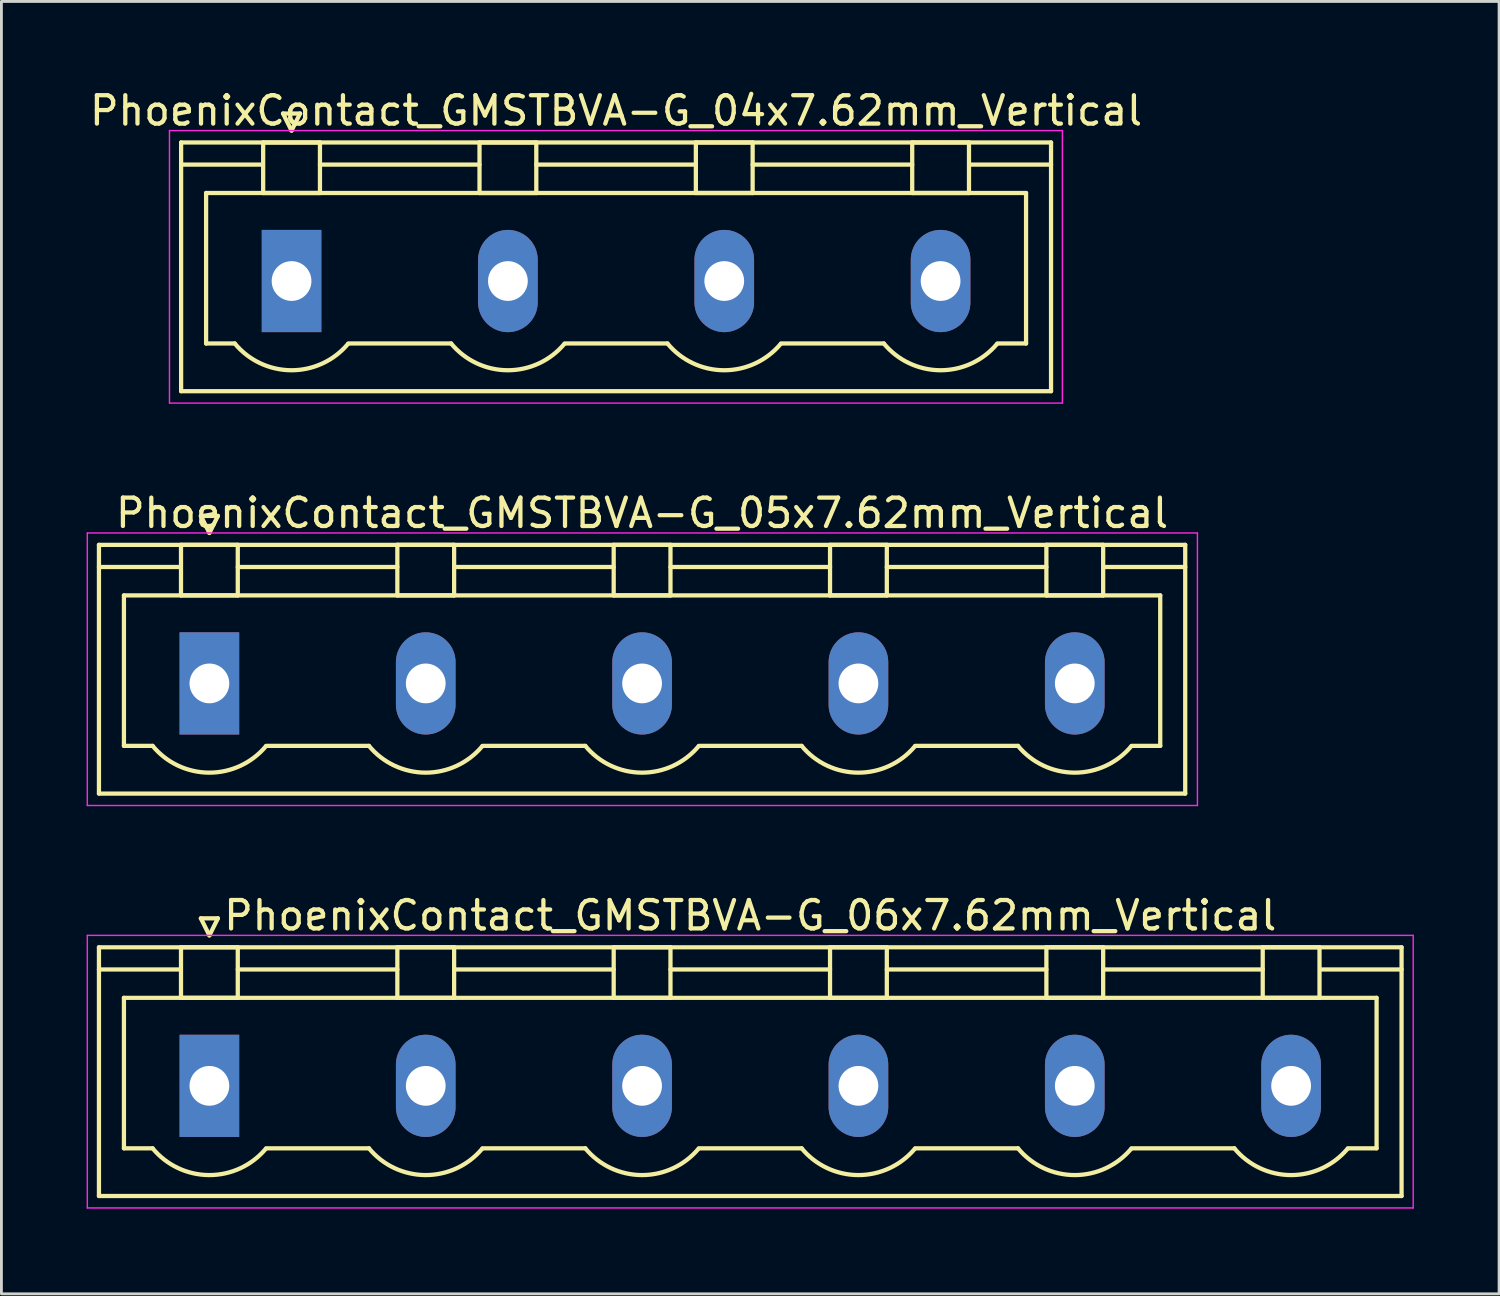
<source format=kicad_pcb>
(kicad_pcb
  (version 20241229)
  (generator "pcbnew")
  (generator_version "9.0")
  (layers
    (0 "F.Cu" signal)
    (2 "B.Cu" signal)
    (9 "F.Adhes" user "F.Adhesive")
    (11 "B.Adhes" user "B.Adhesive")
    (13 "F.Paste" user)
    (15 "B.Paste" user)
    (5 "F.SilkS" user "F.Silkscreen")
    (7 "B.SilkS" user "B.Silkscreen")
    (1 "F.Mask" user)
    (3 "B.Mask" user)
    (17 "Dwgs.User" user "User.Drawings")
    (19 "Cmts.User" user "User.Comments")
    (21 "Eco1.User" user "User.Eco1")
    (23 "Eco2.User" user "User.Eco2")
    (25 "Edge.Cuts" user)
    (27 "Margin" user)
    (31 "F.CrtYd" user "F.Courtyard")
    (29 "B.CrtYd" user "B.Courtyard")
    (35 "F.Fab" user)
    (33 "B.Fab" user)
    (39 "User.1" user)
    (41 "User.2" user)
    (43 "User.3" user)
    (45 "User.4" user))
  (footprint "PhoenixContact_GMSTBVA-G_04x7.62mm_Vertical"
    (layer "F.Cu")
    (at 7.219 6.848)
    (property "Reference" "PhoenixContact_GMSTBVA-G_04x7.62mm_Vertical" (at 11.43 -6 0) (layer "F.SilkS") (effects (font (size 1 1) (thickness 0.15))))
    (attr through_hole)
    (fp_line (start -3.89 -4.88) (end -3.89 3.88) (stroke (width 0.15) (type solid)) (layer "F.SilkS"))
    (fp_line (start -3.89 -4.1) (end -1.08 -4.1) (stroke (width 0.15) (type solid)) (layer "F.SilkS"))
    (fp_line (start -3.89 3.88) (end 26.75 3.88) (stroke (width 0.15) (type solid)) (layer "F.SilkS"))
    (fp_line (start -3.01 -3.1) (end 25.87 -3.1) (stroke (width 0.15) (type solid)) (layer "F.SilkS"))
    (fp_line (start -3.01 2.2) (end -3.01 -3.1) (stroke (width 0.15) (type solid)) (layer "F.SilkS"))
    (fp_line (start -2 2.2) (end -3.01 2.2) (stroke (width 0.15) (type solid)) (layer "F.SilkS"))
    (fp_line (start -1 -4.88) (end 1 -4.88) (stroke (width 0.15) (type solid)) (layer "F.SilkS"))
    (fp_line (start -1 -3.1) (end -1 -4.88) (stroke (width 0.15) (type solid)) (layer "F.SilkS"))
    (fp_line (start -0.3 -5.9) (end 0 -5.3) (stroke (width 0.15) (type solid)) (layer "F.SilkS"))
    (fp_line (start 0 -5.3) (end 0.3 -5.9) (stroke (width 0.15) (type solid)) (layer "F.SilkS"))
    (fp_line (start 0.3 -5.9) (end -0.3 -5.9) (stroke (width 0.15) (type solid)) (layer "F.SilkS"))
    (fp_line (start 1 -4.88) (end 1 -3.1) (stroke (width 0.15) (type solid)) (layer "F.SilkS"))
    (fp_line (start 1 -4.1) (end 6.62 -4.1) (stroke (width 0.15) (type solid)) (layer "F.SilkS"))
    (fp_line (start 1 -3.1) (end -1 -3.1) (stroke (width 0.15) (type solid)) (layer "F.SilkS"))
    (fp_line (start 2 2.2) (end 5.62 2.2) (stroke (width 0.15) (type solid)) (layer "F.SilkS"))
    (fp_line (start 6.62 -4.88) (end 8.62 -4.88) (stroke (width 0.15) (type solid)) (layer "F.SilkS"))
    (fp_line (start 6.62 -3.1) (end 6.62 -4.88) (stroke (width 0.15) (type solid)) (layer "F.SilkS"))
    (fp_line (start 8.62 -4.88) (end 8.62 -3.1) (stroke (width 0.15) (type solid)) (layer "F.SilkS"))
    (fp_line (start 8.62 -4.1) (end 14.24 -4.1) (stroke (width 0.15) (type solid)) (layer "F.SilkS"))
    (fp_line (start 8.62 -3.1) (end 6.62 -3.1) (stroke (width 0.15) (type solid)) (layer "F.SilkS"))
    (fp_line (start 9.62 2.2) (end 13.24 2.2) (stroke (width 0.15) (type solid)) (layer "F.SilkS"))
    (fp_line (start 14.24 -4.88) (end 16.24 -4.88) (stroke (width 0.15) (type solid)) (layer "F.SilkS"))
    (fp_line (start 14.24 -3.1) (end 14.24 -4.88) (stroke (width 0.15) (type solid)) (layer "F.SilkS"))
    (fp_line (start 16.24 -4.88) (end 16.24 -3.1) (stroke (width 0.15) (type solid)) (layer "F.SilkS"))
    (fp_line (start 16.24 -4.1) (end 21.86 -4.1) (stroke (width 0.15) (type solid)) (layer "F.SilkS"))
    (fp_line (start 16.24 -3.1) (end 14.24 -3.1) (stroke (width 0.15) (type solid)) (layer "F.SilkS"))
    (fp_line (start 17.24 2.2) (end 20.86 2.2) (stroke (width 0.15) (type solid)) (layer "F.SilkS"))
    (fp_line (start 21.86 -4.88) (end 23.86 -4.88) (stroke (width 0.15) (type solid)) (layer "F.SilkS"))
    (fp_line (start 21.86 -3.1) (end 21.86 -4.88) (stroke (width 0.15) (type solid)) (layer "F.SilkS"))
    (fp_line (start 23.86 -4.88) (end 23.86 -3.1) (stroke (width 0.15) (type solid)) (layer "F.SilkS"))
    (fp_line (start 23.86 -3.1) (end 21.86 -3.1) (stroke (width 0.15) (type solid)) (layer "F.SilkS"))
    (fp_line (start 25.87 -3.1) (end 25.87 2.2) (stroke (width 0.15) (type solid)) (layer "F.SilkS"))
    (fp_line (start 25.87 2.2) (end 24.86 2.2) (stroke (width 0.15) (type solid)) (layer "F.SilkS"))
    (fp_line (start 26.75 -4.88) (end -3.89 -4.88) (stroke (width 0.15) (type solid)) (layer "F.SilkS"))
    (fp_line (start 26.75 -4.1) (end 23.94 -4.1) (stroke (width 0.15) (type solid)) (layer "F.SilkS"))
    (fp_line (start 26.75 3.88) (end 26.75 -4.88) (stroke (width 0.15) (type solid)) (layer "F.SilkS"))
    (fp_arc (start 1.986842 2.215821) (mid -0.010289 3.142758) (end -2 2.2) (stroke (width 0.15) (type solid)) (layer "F.SilkS"))
    (fp_arc (start 9.606842 2.215821) (mid 7.609711 3.142758) (end 5.62 2.2) (stroke (width 0.15) (type solid)) (layer "F.SilkS"))
    (fp_arc (start 17.226842 2.215821) (mid 15.229711 3.142758) (end 13.24 2.2) (stroke (width 0.15) (type solid)) (layer "F.SilkS"))
    (fp_arc (start 24.846842 2.215821) (mid 22.849711 3.142758) (end 20.86 2.2) (stroke (width 0.15) (type solid)) (layer "F.SilkS"))
    (fp_line (start -4.3 -5.3) (end -4.3 4.3) (stroke (width 0.05) (type solid)) (layer "F.CrtYd"))
    (fp_line (start -4.3 4.3) (end 27.15 4.3) (stroke (width 0.05) (type solid)) (layer "F.CrtYd"))
    (fp_line (start 27.15 -5.3) (end -4.3 -5.3) (stroke (width 0.05) (type solid)) (layer "F.CrtYd"))
    (fp_line (start 27.15 4.3) (end 27.15 -5.3) (stroke (width 0.05) (type solid)) (layer "F.CrtYd"))
    (pad "1" thru_hole rect (at 0 0) (size 2.1 3.6) (drill 1.4) (layers "*.Cu" "*.Mask"))
    (pad "2" thru_hole oval (at 7.62 0) (size 2.1 3.6) (drill 1.4) (layers "*.Cu" "*.Mask"))
    (pad "3" thru_hole oval (at 15.24 0) (size 2.1 3.6) (drill 1.4) (layers "*.Cu" "*.Mask"))
    (pad "4" thru_hole oval (at 22.86 0) (size 2.1 3.6) (drill 1.4) (layers "*.Cu" "*.Mask")))
  (footprint "PhoenixContact_GMSTBVA-G_06x7.62mm_Vertical"
    (layer "F.Cu")
    (at 4.325 35.195)
    (property "Reference" "PhoenixContact_GMSTBVA-G_06x7.62mm_Vertical" (at 19.05 -6 0) (layer "F.SilkS") (effects (font (size 1 1) (thickness 0.15))))
    (attr through_hole)
    (fp_line (start -3.89 -4.88) (end -3.89 3.88) (stroke (width 0.15) (type solid)) (layer "F.SilkS"))
    (fp_line (start -3.89 -4.1) (end -1.08 -4.1) (stroke (width 0.15) (type solid)) (layer "F.SilkS"))
    (fp_line (start -3.89 3.88) (end 41.99 3.88) (stroke (width 0.15) (type solid)) (layer "F.SilkS"))
    (fp_line (start -3.01 -3.1) (end 41.11 -3.1) (stroke (width 0.15) (type solid)) (layer "F.SilkS"))
    (fp_line (start -3.01 2.2) (end -3.01 -3.1) (stroke (width 0.15) (type solid)) (layer "F.SilkS"))
    (fp_line (start -2 2.2) (end -3.01 2.2) (stroke (width 0.15) (type solid)) (layer "F.SilkS"))
    (fp_line (start -1 -4.88) (end 1 -4.88) (stroke (width 0.15) (type solid)) (layer "F.SilkS"))
    (fp_line (start -1 -3.1) (end -1 -4.88) (stroke (width 0.15) (type solid)) (layer "F.SilkS"))
    (fp_line (start -0.3 -5.9) (end 0 -5.3) (stroke (width 0.15) (type solid)) (layer "F.SilkS"))
    (fp_line (start 0 -5.3) (end 0.3 -5.9) (stroke (width 0.15) (type solid)) (layer "F.SilkS"))
    (fp_line (start 0.3 -5.9) (end -0.3 -5.9) (stroke (width 0.15) (type solid)) (layer "F.SilkS"))
    (fp_line (start 1 -4.88) (end 1 -3.1) (stroke (width 0.15) (type solid)) (layer "F.SilkS"))
    (fp_line (start 1 -4.1) (end 6.62 -4.1) (stroke (width 0.15) (type solid)) (layer "F.SilkS"))
    (fp_line (start 1 -3.1) (end -1 -3.1) (stroke (width 0.15) (type solid)) (layer "F.SilkS"))
    (fp_line (start 2 2.2) (end 5.62 2.2) (stroke (width 0.15) (type solid)) (layer "F.SilkS"))
    (fp_line (start 6.62 -4.88) (end 8.62 -4.88) (stroke (width 0.15) (type solid)) (layer "F.SilkS"))
    (fp_line (start 6.62 -3.1) (end 6.62 -4.88) (stroke (width 0.15) (type solid)) (layer "F.SilkS"))
    (fp_line (start 8.62 -4.88) (end 8.62 -3.1) (stroke (width 0.15) (type solid)) (layer "F.SilkS"))
    (fp_line (start 8.62 -4.1) (end 14.24 -4.1) (stroke (width 0.15) (type solid)) (layer "F.SilkS"))
    (fp_line (start 8.62 -3.1) (end 6.62 -3.1) (stroke (width 0.15) (type solid)) (layer "F.SilkS"))
    (fp_line (start 9.62 2.2) (end 13.24 2.2) (stroke (width 0.15) (type solid)) (layer "F.SilkS"))
    (fp_line (start 14.24 -4.88) (end 16.24 -4.88) (stroke (width 0.15) (type solid)) (layer "F.SilkS"))
    (fp_line (start 14.24 -3.1) (end 14.24 -4.88) (stroke (width 0.15) (type solid)) (layer "F.SilkS"))
    (fp_line (start 16.24 -4.88) (end 16.24 -3.1) (stroke (width 0.15) (type solid)) (layer "F.SilkS"))
    (fp_line (start 16.24 -4.1) (end 21.86 -4.1) (stroke (width 0.15) (type solid)) (layer "F.SilkS"))
    (fp_line (start 16.24 -3.1) (end 14.24 -3.1) (stroke (width 0.15) (type solid)) (layer "F.SilkS"))
    (fp_line (start 17.24 2.2) (end 20.86 2.2) (stroke (width 0.15) (type solid)) (layer "F.SilkS"))
    (fp_line (start 21.86 -4.88) (end 23.86 -4.88) (stroke (width 0.15) (type solid)) (layer "F.SilkS"))
    (fp_line (start 21.86 -3.1) (end 21.86 -4.88) (stroke (width 0.15) (type solid)) (layer "F.SilkS"))
    (fp_line (start 23.86 -4.88) (end 23.86 -3.1) (stroke (width 0.15) (type solid)) (layer "F.SilkS"))
    (fp_line (start 23.86 -4.1) (end 29.48 -4.1) (stroke (width 0.15) (type solid)) (layer "F.SilkS"))
    (fp_line (start 23.86 -3.1) (end 21.86 -3.1) (stroke (width 0.15) (type solid)) (layer "F.SilkS"))
    (fp_line (start 24.86 2.2) (end 28.48 2.2) (stroke (width 0.15) (type solid)) (layer "F.SilkS"))
    (fp_line (start 29.48 -4.88) (end 31.48 -4.88) (stroke (width 0.15) (type solid)) (layer "F.SilkS"))
    (fp_line (start 29.48 -3.1) (end 29.48 -4.88) (stroke (width 0.15) (type solid)) (layer "F.SilkS"))
    (fp_line (start 31.48 -4.88) (end 31.48 -3.1) (stroke (width 0.15) (type solid)) (layer "F.SilkS"))
    (fp_line (start 31.48 -4.1) (end 37.1 -4.1) (stroke (width 0.15) (type solid)) (layer "F.SilkS"))
    (fp_line (start 31.48 -3.1) (end 29.48 -3.1) (stroke (width 0.15) (type solid)) (layer "F.SilkS"))
    (fp_line (start 32.48 2.2) (end 36.1 2.2) (stroke (width 0.15) (type solid)) (layer "F.SilkS"))
    (fp_line (start 37.1 -4.88) (end 39.1 -4.88) (stroke (width 0.15) (type solid)) (layer "F.SilkS"))
    (fp_line (start 37.1 -3.1) (end 37.1 -4.88) (stroke (width 0.15) (type solid)) (layer "F.SilkS"))
    (fp_line (start 39.1 -4.88) (end 39.1 -3.1) (stroke (width 0.15) (type solid)) (layer "F.SilkS"))
    (fp_line (start 39.1 -3.1) (end 37.1 -3.1) (stroke (width 0.15) (type solid)) (layer "F.SilkS"))
    (fp_line (start 41.11 -3.1) (end 41.11 2.2) (stroke (width 0.15) (type solid)) (layer "F.SilkS"))
    (fp_line (start 41.11 2.2) (end 40.1 2.2) (stroke (width 0.15) (type solid)) (layer "F.SilkS"))
    (fp_line (start 41.99 -4.88) (end -3.89 -4.88) (stroke (width 0.15) (type solid)) (layer "F.SilkS"))
    (fp_line (start 41.99 -4.1) (end 39.18 -4.1) (stroke (width 0.15) (type solid)) (layer "F.SilkS"))
    (fp_line (start 41.99 3.88) (end 41.99 -4.88) (stroke (width 0.15) (type solid)) (layer "F.SilkS"))
    (fp_arc (start 1.986842 2.215821) (mid -0.010289 3.142758) (end -2 2.2) (stroke (width 0.15) (type solid)) (layer "F.SilkS"))
    (fp_arc (start 9.606842 2.215821) (mid 7.609711 3.142758) (end 5.62 2.2) (stroke (width 0.15) (type solid)) (layer "F.SilkS"))
    (fp_arc (start 17.226842 2.215821) (mid 15.229711 3.142758) (end 13.24 2.2) (stroke (width 0.15) (type solid)) (layer "F.SilkS"))
    (fp_arc (start 24.846842 2.215821) (mid 22.849711 3.142758) (end 20.86 2.2) (stroke (width 0.15) (type solid)) (layer "F.SilkS"))
    (fp_arc (start 32.466842 2.215821) (mid 30.469711 3.142758) (end 28.48 2.2) (stroke (width 0.15) (type solid)) (layer "F.SilkS"))
    (fp_arc (start 40.086842 2.215821) (mid 38.089711 3.142758) (end 36.1 2.2) (stroke (width 0.15) (type solid)) (layer "F.SilkS"))
    (fp_line (start -4.3 -5.3) (end -4.3 4.3) (stroke (width 0.05) (type solid)) (layer "F.CrtYd"))
    (fp_line (start -4.3 4.3) (end 42.4 4.3) (stroke (width 0.05) (type solid)) (layer "F.CrtYd"))
    (fp_line (start 42.4 -5.3) (end -4.3 -5.3) (stroke (width 0.05) (type solid)) (layer "F.CrtYd"))
    (fp_line (start 42.4 4.3) (end 42.4 -5.3) (stroke (width 0.05) (type solid)) (layer "F.CrtYd"))
    (pad "1" thru_hole rect (at 0 0) (size 2.1 3.6) (drill 1.4) (layers "*.Cu" "*.Mask"))
    (pad "2" thru_hole oval (at 7.62 0) (size 2.1 3.6) (drill 1.4) (layers "*.Cu" "*.Mask"))
    (pad "3" thru_hole oval (at 15.24 0) (size 2.1 3.6) (drill 1.4) (layers "*.Cu" "*.Mask"))
    (pad "4" thru_hole oval (at 22.86 0) (size 2.1 3.6) (drill 1.4) (layers "*.Cu" "*.Mask"))
    (pad "5" thru_hole oval (at 30.48 0) (size 2.1 3.6) (drill 1.4) (layers "*.Cu" "*.Mask"))
    (pad "6" thru_hole oval (at 38.1 0) (size 2.1 3.6) (drill 1.4) (layers "*.Cu" "*.Mask")))
  (footprint "PhoenixContact_GMSTBVA-G_05x7.62mm_Vertical"
    (layer "F.Cu")
    (at 4.325 21.021)
    (property "Reference" "PhoenixContact_GMSTBVA-G_05x7.62mm_Vertical" (at 15.24 -6 0) (layer "F.SilkS") (effects (font (size 1 1) (thickness 0.15))))
    (attr through_hole)
    (fp_line (start -3.89 -4.88) (end -3.89 3.88) (stroke (width 0.15) (type solid)) (layer "F.SilkS"))
    (fp_line (start -3.89 -4.1) (end -1.08 -4.1) (stroke (width 0.15) (type solid)) (layer "F.SilkS"))
    (fp_line (start -3.89 3.88) (end 34.37 3.88) (stroke (width 0.15) (type solid)) (layer "F.SilkS"))
    (fp_line (start -3.01 -3.1) (end 33.49 -3.1) (stroke (width 0.15) (type solid)) (layer "F.SilkS"))
    (fp_line (start -3.01 2.2) (end -3.01 -3.1) (stroke (width 0.15) (type solid)) (layer "F.SilkS"))
    (fp_line (start -2 2.2) (end -3.01 2.2) (stroke (width 0.15) (type solid)) (layer "F.SilkS"))
    (fp_line (start -1 -4.88) (end 1 -4.88) (stroke (width 0.15) (type solid)) (layer "F.SilkS"))
    (fp_line (start -1 -3.1) (end -1 -4.88) (stroke (width 0.15) (type solid)) (layer "F.SilkS"))
    (fp_line (start -0.3 -5.9) (end 0 -5.3) (stroke (width 0.15) (type solid)) (layer "F.SilkS"))
    (fp_line (start 0 -5.3) (end 0.3 -5.9) (stroke (width 0.15) (type solid)) (layer "F.SilkS"))
    (fp_line (start 0.3 -5.9) (end -0.3 -5.9) (stroke (width 0.15) (type solid)) (layer "F.SilkS"))
    (fp_line (start 1 -4.88) (end 1 -3.1) (stroke (width 0.15) (type solid)) (layer "F.SilkS"))
    (fp_line (start 1 -4.1) (end 6.62 -4.1) (stroke (width 0.15) (type solid)) (layer "F.SilkS"))
    (fp_line (start 1 -3.1) (end -1 -3.1) (stroke (width 0.15) (type solid)) (layer "F.SilkS"))
    (fp_line (start 2 2.2) (end 5.62 2.2) (stroke (width 0.15) (type solid)) (layer "F.SilkS"))
    (fp_line (start 6.62 -4.88) (end 8.62 -4.88) (stroke (width 0.15) (type solid)) (layer "F.SilkS"))
    (fp_line (start 6.62 -3.1) (end 6.62 -4.88) (stroke (width 0.15) (type solid)) (layer "F.SilkS"))
    (fp_line (start 8.62 -4.88) (end 8.62 -3.1) (stroke (width 0.15) (type solid)) (layer "F.SilkS"))
    (fp_line (start 8.62 -4.1) (end 14.24 -4.1) (stroke (width 0.15) (type solid)) (layer "F.SilkS"))
    (fp_line (start 8.62 -3.1) (end 6.62 -3.1) (stroke (width 0.15) (type solid)) (layer "F.SilkS"))
    (fp_line (start 9.62 2.2) (end 13.24 2.2) (stroke (width 0.15) (type solid)) (layer "F.SilkS"))
    (fp_line (start 14.24 -4.88) (end 16.24 -4.88) (stroke (width 0.15) (type solid)) (layer "F.SilkS"))
    (fp_line (start 14.24 -3.1) (end 14.24 -4.88) (stroke (width 0.15) (type solid)) (layer "F.SilkS"))
    (fp_line (start 16.24 -4.88) (end 16.24 -3.1) (stroke (width 0.15) (type solid)) (layer "F.SilkS"))
    (fp_line (start 16.24 -4.1) (end 21.86 -4.1) (stroke (width 0.15) (type solid)) (layer "F.SilkS"))
    (fp_line (start 16.24 -3.1) (end 14.24 -3.1) (stroke (width 0.15) (type solid)) (layer "F.SilkS"))
    (fp_line (start 17.24 2.2) (end 20.86 2.2) (stroke (width 0.15) (type solid)) (layer "F.SilkS"))
    (fp_line (start 21.86 -4.88) (end 23.86 -4.88) (stroke (width 0.15) (type solid)) (layer "F.SilkS"))
    (fp_line (start 21.86 -3.1) (end 21.86 -4.88) (stroke (width 0.15) (type solid)) (layer "F.SilkS"))
    (fp_line (start 23.86 -4.88) (end 23.86 -3.1) (stroke (width 0.15) (type solid)) (layer "F.SilkS"))
    (fp_line (start 23.86 -4.1) (end 29.48 -4.1) (stroke (width 0.15) (type solid)) (layer "F.SilkS"))
    (fp_line (start 23.86 -3.1) (end 21.86 -3.1) (stroke (width 0.15) (type solid)) (layer "F.SilkS"))
    (fp_line (start 24.86 2.2) (end 28.48 2.2) (stroke (width 0.15) (type solid)) (layer "F.SilkS"))
    (fp_line (start 29.48 -4.88) (end 31.48 -4.88) (stroke (width 0.15) (type solid)) (layer "F.SilkS"))
    (fp_line (start 29.48 -3.1) (end 29.48 -4.88) (stroke (width 0.15) (type solid)) (layer "F.SilkS"))
    (fp_line (start 31.48 -4.88) (end 31.48 -3.1) (stroke (width 0.15) (type solid)) (layer "F.SilkS"))
    (fp_line (start 31.48 -3.1) (end 29.48 -3.1) (stroke (width 0.15) (type solid)) (layer "F.SilkS"))
    (fp_line (start 33.49 -3.1) (end 33.49 2.2) (stroke (width 0.15) (type solid)) (layer "F.SilkS"))
    (fp_line (start 33.49 2.2) (end 32.48 2.2) (stroke (width 0.15) (type solid)) (layer "F.SilkS"))
    (fp_line (start 34.37 -4.88) (end -3.89 -4.88) (stroke (width 0.15) (type solid)) (layer "F.SilkS"))
    (fp_line (start 34.37 -4.1) (end 31.56 -4.1) (stroke (width 0.15) (type solid)) (layer "F.SilkS"))
    (fp_line (start 34.37 3.88) (end 34.37 -4.88) (stroke (width 0.15) (type solid)) (layer "F.SilkS"))
    (fp_arc (start 1.986842 2.215821) (mid -0.010289 3.142758) (end -2 2.2) (stroke (width 0.15) (type solid)) (layer "F.SilkS"))
    (fp_arc (start 9.606842 2.215821) (mid 7.609711 3.142758) (end 5.62 2.2) (stroke (width 0.15) (type solid)) (layer "F.SilkS"))
    (fp_arc (start 17.226842 2.215821) (mid 15.229711 3.142758) (end 13.24 2.2) (stroke (width 0.15) (type solid)) (layer "F.SilkS"))
    (fp_arc (start 24.846842 2.215821) (mid 22.849711 3.142758) (end 20.86 2.2) (stroke (width 0.15) (type solid)) (layer "F.SilkS"))
    (fp_arc (start 32.466842 2.215821) (mid 30.469711 3.142758) (end 28.48 2.2) (stroke (width 0.15) (type solid)) (layer "F.SilkS"))
    (fp_line (start -4.3 -5.3) (end -4.3 4.3) (stroke (width 0.05) (type solid)) (layer "F.CrtYd"))
    (fp_line (start -4.3 4.3) (end 34.8 4.3) (stroke (width 0.05) (type solid)) (layer "F.CrtYd"))
    (fp_line (start 34.8 -5.3) (end -4.3 -5.3) (stroke (width 0.05) (type solid)) (layer "F.CrtYd"))
    (fp_line (start 34.8 4.3) (end 34.8 -5.3) (stroke (width 0.05) (type solid)) (layer "F.CrtYd"))
    (pad "1" thru_hole rect (at 0 0) (size 2.1 3.6) (drill 1.4) (layers "*.Cu" "*.Mask"))
    (pad "2" thru_hole oval (at 7.62 0) (size 2.1 3.6) (drill 1.4) (layers "*.Cu" "*.Mask"))
    (pad "3" thru_hole oval (at 15.24 0) (size 2.1 3.6) (drill 1.4) (layers "*.Cu" "*.Mask"))
    (pad "4" thru_hole oval (at 22.86 0) (size 2.1 3.6) (drill 1.4) (layers "*.Cu" "*.Mask"))
    (pad "5" thru_hole oval (at 30.48 0) (size 2.1 3.6) (drill 1.4) (layers "*.Cu" "*.Mask")))
  (gr_rect
    (start -3 -3)
    (end 49.75 42.52)
    (stroke (width 0.1) (type default))
    (fill no)
    (layer "Edge.Cuts")))
</source>
